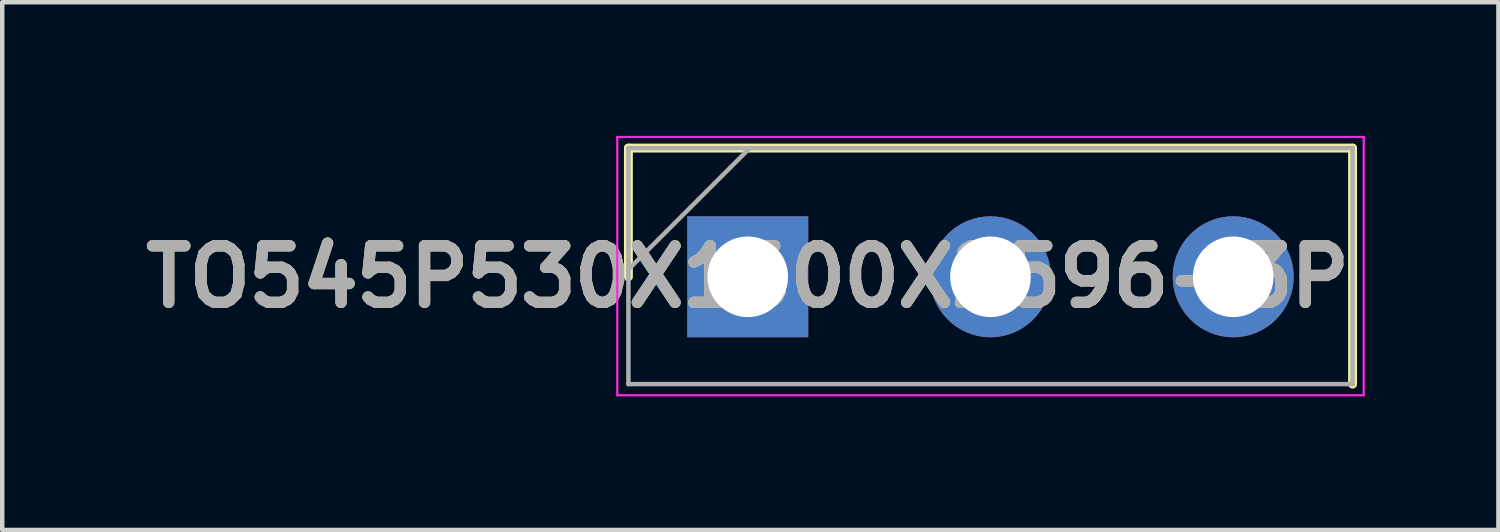
<source format=kicad_pcb>
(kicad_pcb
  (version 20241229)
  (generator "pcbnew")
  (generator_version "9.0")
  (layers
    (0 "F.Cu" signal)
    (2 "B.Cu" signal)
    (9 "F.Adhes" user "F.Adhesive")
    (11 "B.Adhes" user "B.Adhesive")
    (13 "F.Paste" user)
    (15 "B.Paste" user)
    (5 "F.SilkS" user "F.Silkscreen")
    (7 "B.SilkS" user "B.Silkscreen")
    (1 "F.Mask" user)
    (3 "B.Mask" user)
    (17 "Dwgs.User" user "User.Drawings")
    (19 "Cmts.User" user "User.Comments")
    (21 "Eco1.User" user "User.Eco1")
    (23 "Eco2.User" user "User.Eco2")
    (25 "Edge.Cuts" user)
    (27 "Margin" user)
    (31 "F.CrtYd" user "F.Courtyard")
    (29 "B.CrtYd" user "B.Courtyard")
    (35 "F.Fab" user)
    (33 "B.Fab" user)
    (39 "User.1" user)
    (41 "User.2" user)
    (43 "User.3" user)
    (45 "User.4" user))
  (footprint "TO545P530X1600X2596-3P"
    (layer "F.Cu")
    (at 13.74 3.165)
    (property "Reference" "TO545P530X1600X2596-3P" (at 0 0 0) (layer "F.SilkS") (effects (font (size 1.27 1.27) (thickness 0.254))))
    (attr through_hole)
    (fp_line (start -2.68 -2.89) (end -2.68 0) (stroke (width 0.2) (type solid)) (layer "F.SilkS"))
    (fp_line (start 13.58 -2.89) (end -2.68 -2.89) (stroke (width 0.2) (type solid)) (layer "F.SilkS"))
    (fp_line (start 13.58 2.41) (end 13.58 -2.89) (stroke (width 0.2) (type solid)) (layer "F.SilkS"))
    (fp_line (start -2.93 -3.14) (end 13.83 -3.14) (stroke (width 0.05) (type solid)) (layer "F.CrtYd"))
    (fp_line (start -2.93 2.66) (end -2.93 -3.14) (stroke (width 0.05) (type solid)) (layer "F.CrtYd"))
    (fp_line (start 13.83 -3.14) (end 13.83 2.66) (stroke (width 0.05) (type solid)) (layer "F.CrtYd"))
    (fp_line (start 13.83 2.66) (end -2.93 2.66) (stroke (width 0.05) (type solid)) (layer "F.CrtYd"))
    (fp_line (start -2.68 -2.89) (end 13.58 -2.89) (stroke (width 0.1) (type solid)) (layer "F.Fab"))
    (fp_line (start -2.68 -0.165) (end 0.045 -2.89) (stroke (width 0.1) (type solid)) (layer "F.Fab"))
    (fp_line (start -2.68 2.41) (end -2.68 -2.89) (stroke (width 0.1) (type solid)) (layer "F.Fab"))
    (fp_line (start 13.58 -2.89) (end 13.58 2.41) (stroke (width 0.1) (type solid)) (layer "F.Fab"))
    (fp_line (start 13.58 2.41) (end -2.68 2.41) (stroke (width 0.1) (type solid)) (layer "F.Fab"))
    (fp_text user "${REFERENCE}" (at 0 0 0) (layer "F.Fab") (effects (font (size 1.27 1.27) (thickness 0.254))))
    (pad "1" thru_hole rect (at 0 0) (size 2.715 2.715) (drill 1.81) (layers "*.Cu" "*.Mask"))
    (pad "2" thru_hole circle (at 5.45 0) (size 2.715 2.715) (drill 1.81) (layers "*.Cu" "*.Mask"))
    (pad "3" thru_hole circle (at 10.9 0) (size 2.715 2.715) (drill 1.81) (layers "*.Cu" "*.Mask")))
  (gr_rect
    (start -3 -3)
    (end 30.595 8.85)
    (stroke (width 0.1) (type default))
    (fill no)
    (layer "Edge.Cuts")))
</source>
